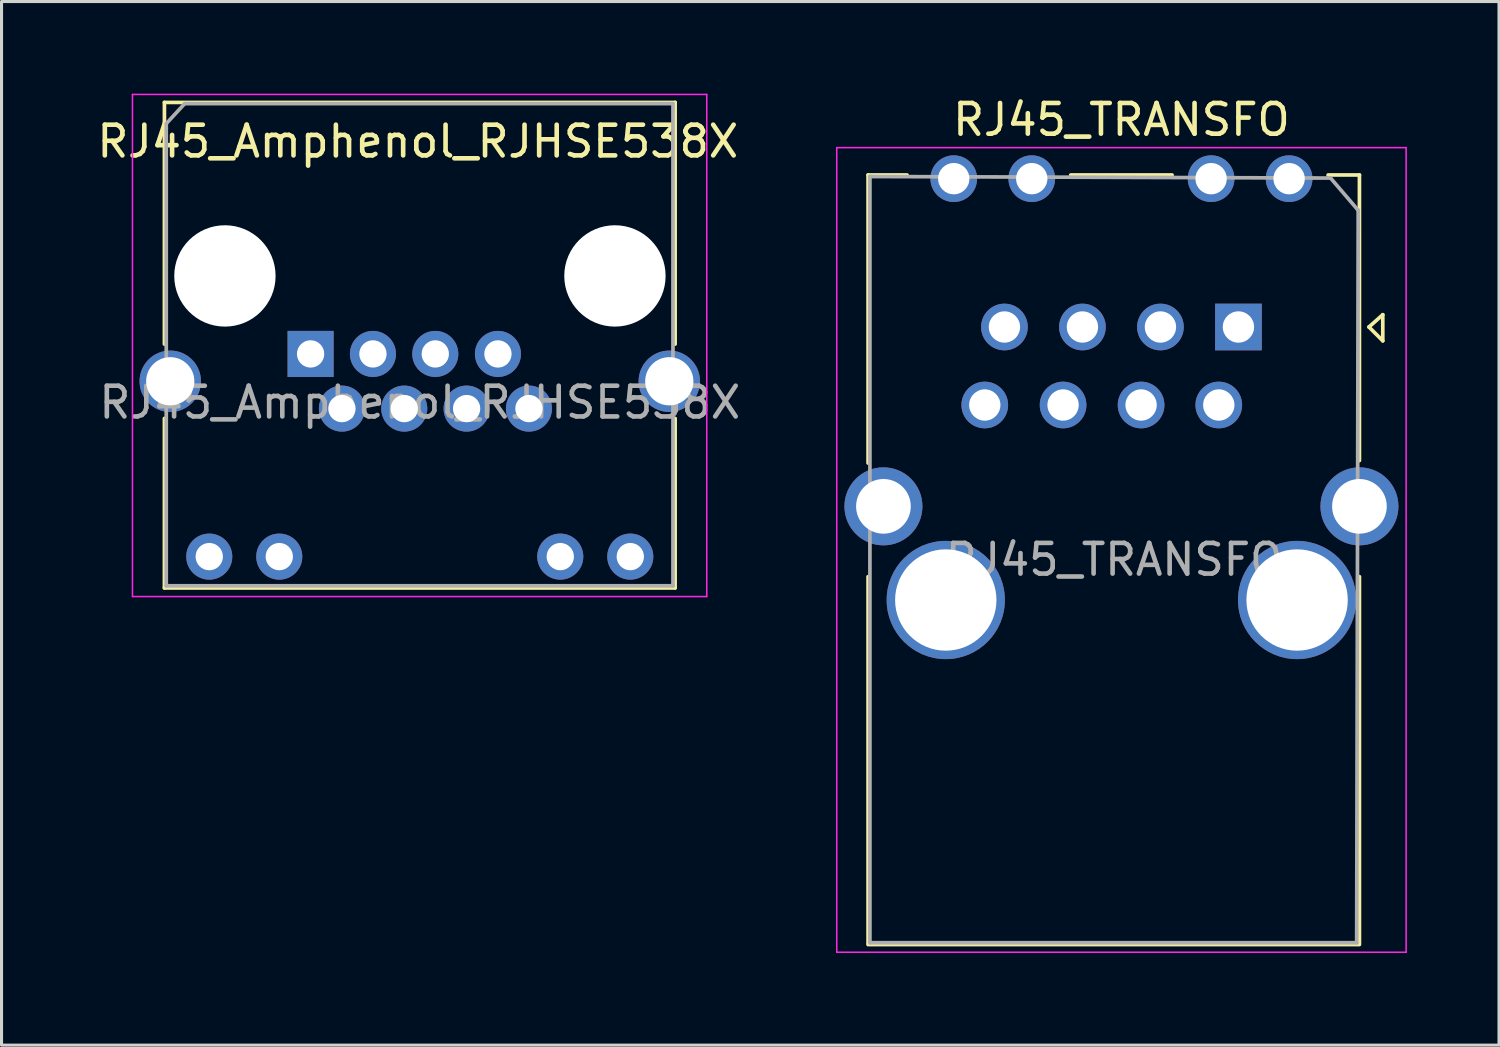
<source format=kicad_pcb>
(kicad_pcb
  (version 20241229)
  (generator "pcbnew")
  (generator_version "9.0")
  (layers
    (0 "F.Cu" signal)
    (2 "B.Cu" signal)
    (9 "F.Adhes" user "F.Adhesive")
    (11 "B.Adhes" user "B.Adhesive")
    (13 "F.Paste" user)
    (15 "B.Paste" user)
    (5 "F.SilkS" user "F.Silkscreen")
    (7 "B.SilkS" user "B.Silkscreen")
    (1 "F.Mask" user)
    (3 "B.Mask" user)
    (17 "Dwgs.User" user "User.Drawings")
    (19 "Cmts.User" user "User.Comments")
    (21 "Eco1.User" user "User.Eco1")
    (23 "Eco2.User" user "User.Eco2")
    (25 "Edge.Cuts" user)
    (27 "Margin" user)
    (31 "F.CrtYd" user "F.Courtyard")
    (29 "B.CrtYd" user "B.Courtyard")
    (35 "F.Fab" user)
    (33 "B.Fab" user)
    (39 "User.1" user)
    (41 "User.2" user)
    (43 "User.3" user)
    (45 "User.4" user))
  (footprint "RJ45_TRANSFO"
    (layer "F.Cu")
    (at 37.277 7.598)
    (property "Reference" "RJ45_TRANSFO" (at -3.81 -6.75 0) (layer "F.SilkS") (effects (font (size 1 1) (thickness 0.15))))
    (attr through_hole)
    (fp_line (start -12.06 -4.95) (end -12.06 4.43) (stroke (width 0.12) (type solid)) (layer "F.SilkS"))
    (fp_line (start -12.06 -4.95) (end -10.79 -4.95) (stroke (width 0.12) (type solid)) (layer "F.SilkS"))
    (fp_line (start -12.06 20.07) (end -12.06 8.13) (stroke (width 0.12) (type solid)) (layer "F.SilkS"))
    (fp_line (start -12.06 20.11) (end 3.94 20.11) (stroke (width 0.12) (type solid)) (layer "F.SilkS"))
    (fp_line (start -5.46 -4.95) (end -2.16 -4.95) (stroke (width 0.12) (type solid)) (layer "F.SilkS"))
    (fp_line (start 3.94 -4.95) (end 2.92 -4.95) (stroke (width 0.12) (type solid)) (layer "F.SilkS"))
    (fp_line (start 3.94 -4.95) (end 3.94 4.35) (stroke (width 0.12) (type solid)) (layer "F.SilkS"))
    (fp_line (start 3.94 20.07) (end 3.94 8.13) (stroke (width 0.12) (type solid)) (layer "F.SilkS"))
    (fp_line (start 4.25 0) (end 4.7 -0.4) (stroke (width 0.12) (type solid)) (layer "F.SilkS"))
    (fp_line (start 4.7 -0.4) (end 4.7 0.45) (stroke (width 0.12) (type solid)) (layer "F.SilkS"))
    (fp_line (start 4.7 0.45) (end 4.25 0) (stroke (width 0.12) (type solid)) (layer "F.SilkS"))
    (fp_line (start -13.08 -5.84) (end -13.08 20.36) (stroke (width 0.05) (type solid)) (layer "F.CrtYd"))
    (fp_line (start -13.08 -5.84) (end 5.46 -5.84) (stroke (width 0.05) (type solid)) (layer "F.CrtYd"))
    (fp_line (start 5.46 20.36) (end -13.08 20.36) (stroke (width 0.05) (type solid)) (layer "F.CrtYd"))
    (fp_line (start 5.46 20.36) (end 5.46 -5.84) (stroke (width 0.05) (type solid)) (layer "F.CrtYd"))
    (fp_line (start -12 -4.9) (end 3 -4.85) (stroke (width 0.12) (type solid)) (layer "F.Fab"))
    (fp_line (start -12 20.05) (end -12 -4.9) (stroke (width 0.12) (type solid)) (layer "F.Fab"))
    (fp_line (start 3 -4.85) (end 3.9 -3.8) (stroke (width 0.12) (type solid)) (layer "F.Fab"))
    (fp_line (start 3.85 20.05) (end -12 20.05) (stroke (width 0.12) (type solid)) (layer "F.Fab"))
    (fp_line (start 3.9 -3.8) (end 3.85 20.05) (stroke (width 0.12) (type solid)) (layer "F.Fab"))
    (fp_text user "${REFERENCE}" (at -4.05 7.575 0) (layer "F.Fab") (effects (font (size 1 1) (thickness 0.15))))
    (pad "" np_thru_hole circle (at -9.53 8.89) (size 3.85 3.85) (drill 3.3) (layers "*.Cu" "*.Mask"))
    (pad "" np_thru_hole circle (at 1.91 8.89) (size 3.85 3.85) (drill 3.3) (layers "*.Cu" "*.Mask"))
    (pad "1" thru_hole rect (at 0 0) (size 1.52 1.52) (drill 1.02) (layers "*.Cu" "*.Mask"))
    (pad "2" thru_hole circle (at -0.64 2.54) (size 1.52 1.52) (drill 1.02) (layers "*.Cu" "*.Mask"))
    (pad "3" thru_hole circle (at -2.54 0) (size 1.52 1.52) (drill 1.02) (layers "*.Cu" "*.Mask"))
    (pad "4" thru_hole circle (at -3.17 2.54) (size 1.52 1.52) (drill 1.02) (layers "*.Cu" "*.Mask"))
    (pad "5" thru_hole circle (at -5.08 0) (size 1.52 1.52) (drill 1.02) (layers "*.Cu" "*.Mask"))
    (pad "6" thru_hole circle (at -5.71 2.54) (size 1.52 1.52) (drill 1.02) (layers "*.Cu" "*.Mask"))
    (pad "7" thru_hole circle (at -7.62 0) (size 1.52 1.52) (drill 1.02) (layers "*.Cu" "*.Mask"))
    (pad "8" thru_hole circle (at -8.26 2.54) (size 1.52 1.52) (drill 1.02) (layers "*.Cu" "*.Mask"))
    (pad "13" thru_hole circle (at -11.56 5.84) (size 2.54 2.54) (drill 1.78) (layers "*.Cu" "*.Mask"))
    (pad "13" thru_hole circle (at 3.94 5.84) (size 2.54 2.54) (drill 1.78) (layers "*.Cu" "*.Mask"))
    (pad "GA" thru_hole circle (at -0.89 -4.83) (size 1.52 1.52) (drill 1.02) (layers "*.Cu" "*.Mask"))
    (pad "GK" thru_hole circle (at 1.65 -4.83) (size 1.52 1.52) (drill 1.02) (layers "*.Cu" "*.Mask"))
    (pad "YA" thru_hole circle (at -9.27 -4.83) (size 1.52 1.52) (drill 1.02) (layers "*.Cu" "*.Mask"))
    (pad "YK" thru_hole circle (at -6.73 -4.83) (size 1.52 1.52) (drill 1.02) (layers "*.Cu" "*.Mask")))
  (footprint "RJ45_Amphenol_RJHSE538X"
    (layer "F.Cu")
    (at 7.064 8.475)
    (property "Reference" "RJ45_Amphenol_RJHSE538X" (at 3.49 -6.92 0) (layer "F.SilkS") (effects (font (size 1 1) (thickness 0.15))))
    (attr through_hole)
    (fp_line (start -4.76 -8.19) (end -4.76 -0.32) (stroke (width 0.12) (type solid)) (layer "F.SilkS"))
    (fp_line (start -4.76 7.62) (end -4.76 2.1) (stroke (width 0.12) (type solid)) (layer "F.SilkS"))
    (fp_line (start 11.87 -8.19) (end -4.76 -8.19) (stroke (width 0.12) (type solid)) (layer "F.SilkS"))
    (fp_line (start 11.87 -8.19) (end 11.87 -0.32) (stroke (width 0.12) (type solid)) (layer "F.SilkS"))
    (fp_line (start 11.87 7.62) (end -4.76 7.62) (stroke (width 0.12) (type solid)) (layer "F.SilkS"))
    (fp_line (start 11.87 7.62) (end 11.87 2.1) (stroke (width 0.12) (type solid)) (layer "F.SilkS"))
    (fp_line (start -5.8 -8.45) (end -5.8 7.9) (stroke (width 0.05) (type solid)) (layer "F.CrtYd"))
    (fp_line (start -5.8 7.9) (end 12.9 7.9) (stroke (width 0.05) (type solid)) (layer "F.CrtYd"))
    (fp_line (start 12.9 -8.45) (end -5.8 -8.45) (stroke (width 0.05) (type solid)) (layer "F.CrtYd"))
    (fp_line (start 12.9 7.9) (end 12.9 -8.45) (stroke (width 0.05) (type solid)) (layer "F.CrtYd"))
    (fp_line (start -4.7 -7.5) (end -4.1 -8.15) (stroke (width 0.12) (type solid)) (layer "F.Fab"))
    (fp_line (start -4.7 7.55) (end -4.7 -7.5) (stroke (width 0.12) (type solid)) (layer "F.Fab"))
    (fp_line (start -4.1 -8.15) (end 11.8 -8.15) (stroke (width 0.12) (type solid)) (layer "F.Fab"))
    (fp_line (start 11.8 -8.15) (end 11.8 7.55) (stroke (width 0.12) (type solid)) (layer "F.Fab"))
    (fp_line (start 11.8 7.55) (end -4.7 7.55) (stroke (width 0.12) (type solid)) (layer "F.Fab"))
    (fp_text user "${REFERENCE}" (at 3.555 1.58 0) (layer "F.Fab") (effects (font (size 1 1) (thickness 0.15))))
    (pad "" thru_hole circle (at -4.57 0.89) (size 2 2) (drill 1.57) (layers "*.Cu" "*.Mask"))
    (pad "" np_thru_hole circle (at -2.79 -2.54) (size 3.3 3.3) (drill 3.3) (layers "*.Cu" "*.Mask"))
    (pad "" np_thru_hole circle (at 9.91 -2.54) (size 3.3 3.3) (drill 3.3) (layers "*.Cu" "*.Mask"))
    (pad "" thru_hole circle (at 11.68 0.89) (size 2 2) (drill 1.57) (layers "*.Cu" "*.Mask"))
    (pad "1" thru_hole rect (at 0 0) (size 1.5 1.5) (drill 0.89) (layers "*.Cu" "*.Mask"))
    (pad "2" thru_hole circle (at 1.02 1.78) (size 1.5 1.5) (drill 0.89) (layers "*.Cu" "*.Mask"))
    (pad "3" thru_hole circle (at 2.03 0) (size 1.5 1.5) (drill 0.89) (layers "*.Cu" "*.Mask"))
    (pad "4" thru_hole circle (at 3.05 1.78) (size 1.5 1.5) (drill 0.89) (layers "*.Cu" "*.Mask"))
    (pad "5" thru_hole circle (at 4.06 0) (size 1.5 1.5) (drill 0.89) (layers "*.Cu" "*.Mask"))
    (pad "6" thru_hole circle (at 5.08 1.78) (size 1.5 1.5) (drill 0.89) (layers "*.Cu" "*.Mask"))
    (pad "7" thru_hole circle (at 6.1 0) (size 1.5 1.5) (drill 0.89) (layers "*.Cu" "*.Mask"))
    (pad "8" thru_hole circle (at 7.11 1.78) (size 1.5 1.5) (drill 0.89) (layers "*.Cu" "*.Mask"))
    (pad "9" thru_hole circle (at -3.3 6.6) (size 1.5 1.5) (drill 0.89) (layers "*.Cu" "*.Mask"))
    (pad "10" thru_hole circle (at -1.02 6.6) (size 1.5 1.5) (drill 0.89) (layers "*.Cu" "*.Mask"))
    (pad "11" thru_hole circle (at 8.13 6.6) (size 1.5 1.5) (drill 0.89) (layers "*.Cu" "*.Mask"))
    (pad "12" thru_hole circle (at 10.41 6.6) (size 1.5 1.5) (drill 0.89) (layers "*.Cu" "*.Mask")))
  (gr_rect
    (start -3 -3)
    (end 45.762 30.983)
    (stroke (width 0.1) (type default))
    (fill no)
    (layer "Edge.Cuts")))
</source>
